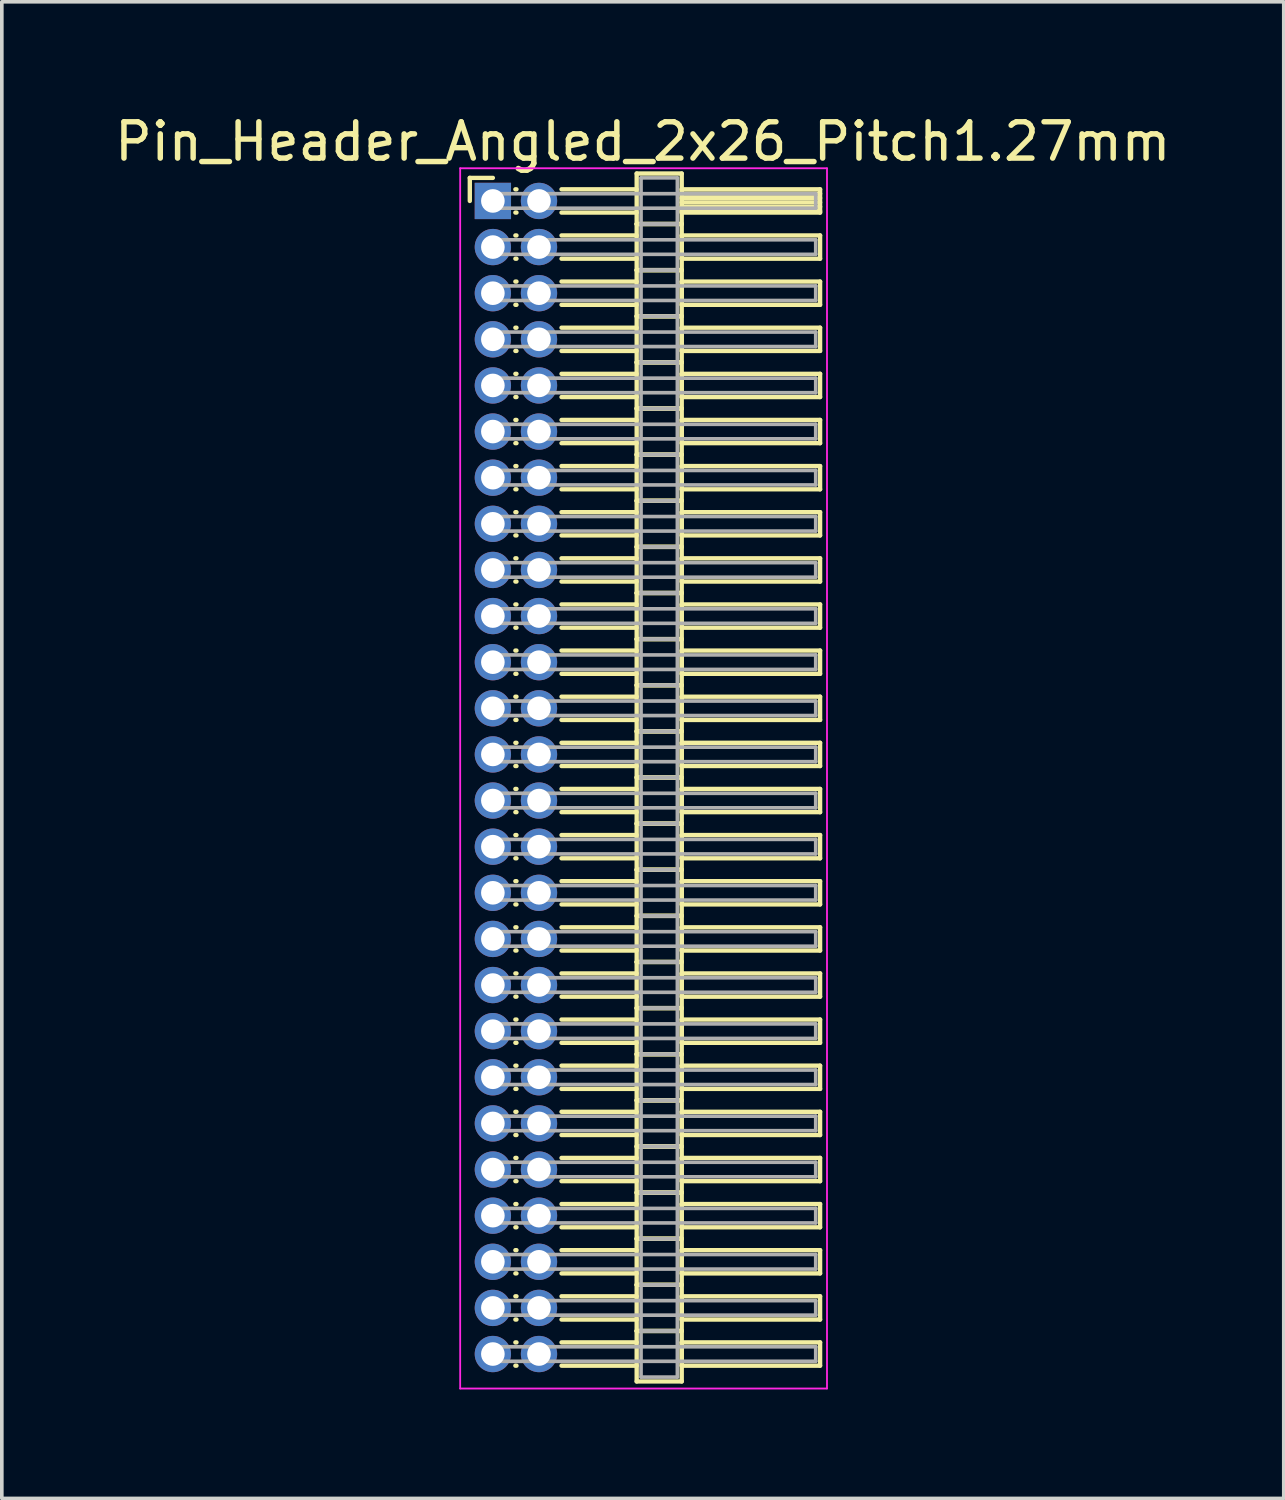
<source format=kicad_pcb>
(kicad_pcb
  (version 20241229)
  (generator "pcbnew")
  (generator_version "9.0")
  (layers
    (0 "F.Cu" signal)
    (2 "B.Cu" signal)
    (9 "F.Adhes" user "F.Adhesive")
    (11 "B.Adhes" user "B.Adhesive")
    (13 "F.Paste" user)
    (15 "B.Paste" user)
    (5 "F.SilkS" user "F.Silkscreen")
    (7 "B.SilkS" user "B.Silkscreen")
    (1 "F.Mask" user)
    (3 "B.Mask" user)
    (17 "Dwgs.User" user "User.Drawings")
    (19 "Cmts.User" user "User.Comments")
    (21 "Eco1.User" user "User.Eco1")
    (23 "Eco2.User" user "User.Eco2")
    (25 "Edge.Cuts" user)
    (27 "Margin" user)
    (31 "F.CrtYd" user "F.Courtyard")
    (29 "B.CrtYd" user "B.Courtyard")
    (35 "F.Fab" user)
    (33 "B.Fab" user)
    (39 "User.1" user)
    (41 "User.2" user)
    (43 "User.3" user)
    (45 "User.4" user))
  (footprint "Pin_Header_Angled_2x26_Pitch1.27mm"
    (layer "F.Cu")
    (at 10.521 2.483)
    (property "Reference" "Pin_Header_Angled_2x26_Pitch1.27mm" (at 4.128 -1.635 0) (layer "F.SilkS") (effects (font (size 1 1) (thickness 0.15))))
    (attr through_hole)
    (fp_line (start -0.635 -0.635) (end 0 -0.635) (stroke (width 0.12) (type solid)) (layer "F.SilkS"))
    (fp_line (start -0.635 0) (end -0.635 -0.635) (stroke (width 0.12) (type solid)) (layer "F.SilkS"))
    (fp_line (start 0.62 -0.32) (end 0.65 -0.32) (stroke (width 0.12) (type solid)) (layer "F.SilkS"))
    (fp_line (start 0.62 0.32) (end 0.65 0.32) (stroke (width 0.12) (type solid)) (layer "F.SilkS"))
    (fp_line (start 0.62 0.95) (end 0.65 0.95) (stroke (width 0.12) (type solid)) (layer "F.SilkS"))
    (fp_line (start 0.62 1.59) (end 0.65 1.59) (stroke (width 0.12) (type solid)) (layer "F.SilkS"))
    (fp_line (start 0.62 2.22) (end 0.65 2.22) (stroke (width 0.12) (type solid)) (layer "F.SilkS"))
    (fp_line (start 0.62 2.86) (end 0.65 2.86) (stroke (width 0.12) (type solid)) (layer "F.SilkS"))
    (fp_line (start 0.62 3.49) (end 0.65 3.49) (stroke (width 0.12) (type solid)) (layer "F.SilkS"))
    (fp_line (start 0.62 4.13) (end 0.65 4.13) (stroke (width 0.12) (type solid)) (layer "F.SilkS"))
    (fp_line (start 0.62 4.76) (end 0.65 4.76) (stroke (width 0.12) (type solid)) (layer "F.SilkS"))
    (fp_line (start 0.62 5.4) (end 0.65 5.4) (stroke (width 0.12) (type solid)) (layer "F.SilkS"))
    (fp_line (start 0.62 6.03) (end 0.65 6.03) (stroke (width 0.12) (type solid)) (layer "F.SilkS"))
    (fp_line (start 0.62 6.67) (end 0.65 6.67) (stroke (width 0.12) (type solid)) (layer "F.SilkS"))
    (fp_line (start 0.62 7.3) (end 0.65 7.3) (stroke (width 0.12) (type solid)) (layer "F.SilkS"))
    (fp_line (start 0.62 7.94) (end 0.65 7.94) (stroke (width 0.12) (type solid)) (layer "F.SilkS"))
    (fp_line (start 0.62 8.57) (end 0.65 8.57) (stroke (width 0.12) (type solid)) (layer "F.SilkS"))
    (fp_line (start 0.62 9.21) (end 0.65 9.21) (stroke (width 0.12) (type solid)) (layer "F.SilkS"))
    (fp_line (start 0.62 9.84) (end 0.65 9.84) (stroke (width 0.12) (type solid)) (layer "F.SilkS"))
    (fp_line (start 0.62 10.48) (end 0.65 10.48) (stroke (width 0.12) (type solid)) (layer "F.SilkS"))
    (fp_line (start 0.62 11.11) (end 0.65 11.11) (stroke (width 0.12) (type solid)) (layer "F.SilkS"))
    (fp_line (start 0.62 11.75) (end 0.65 11.75) (stroke (width 0.12) (type solid)) (layer "F.SilkS"))
    (fp_line (start 0.62 12.38) (end 0.65 12.38) (stroke (width 0.12) (type solid)) (layer "F.SilkS"))
    (fp_line (start 0.62 13.02) (end 0.65 13.02) (stroke (width 0.12) (type solid)) (layer "F.SilkS"))
    (fp_line (start 0.62 13.65) (end 0.65 13.65) (stroke (width 0.12) (type solid)) (layer "F.SilkS"))
    (fp_line (start 0.62 14.29) (end 0.65 14.29) (stroke (width 0.12) (type solid)) (layer "F.SilkS"))
    (fp_line (start 0.62 14.92) (end 0.65 14.92) (stroke (width 0.12) (type solid)) (layer "F.SilkS"))
    (fp_line (start 0.62 15.56) (end 0.65 15.56) (stroke (width 0.12) (type solid)) (layer "F.SilkS"))
    (fp_line (start 0.62 16.19) (end 0.65 16.19) (stroke (width 0.12) (type solid)) (layer "F.SilkS"))
    (fp_line (start 0.62 16.83) (end 0.65 16.83) (stroke (width 0.12) (type solid)) (layer "F.SilkS"))
    (fp_line (start 0.62 17.46) (end 0.65 17.46) (stroke (width 0.12) (type solid)) (layer "F.SilkS"))
    (fp_line (start 0.62 18.1) (end 0.65 18.1) (stroke (width 0.12) (type solid)) (layer "F.SilkS"))
    (fp_line (start 0.62 18.73) (end 0.65 18.73) (stroke (width 0.12) (type solid)) (layer "F.SilkS"))
    (fp_line (start 0.62 19.37) (end 0.65 19.37) (stroke (width 0.12) (type solid)) (layer "F.SilkS"))
    (fp_line (start 0.62 20) (end 0.65 20) (stroke (width 0.12) (type solid)) (layer "F.SilkS"))
    (fp_line (start 0.62 20.64) (end 0.65 20.64) (stroke (width 0.12) (type solid)) (layer "F.SilkS"))
    (fp_line (start 0.62 21.27) (end 0.65 21.27) (stroke (width 0.12) (type solid)) (layer "F.SilkS"))
    (fp_line (start 0.62 21.91) (end 0.65 21.91) (stroke (width 0.12) (type solid)) (layer "F.SilkS"))
    (fp_line (start 0.62 22.54) (end 0.65 22.54) (stroke (width 0.12) (type solid)) (layer "F.SilkS"))
    (fp_line (start 0.62 23.18) (end 0.65 23.18) (stroke (width 0.12) (type solid)) (layer "F.SilkS"))
    (fp_line (start 0.62 23.81) (end 0.65 23.81) (stroke (width 0.12) (type solid)) (layer "F.SilkS"))
    (fp_line (start 0.62 24.45) (end 0.65 24.45) (stroke (width 0.12) (type solid)) (layer "F.SilkS"))
    (fp_line (start 0.62 25.08) (end 0.65 25.08) (stroke (width 0.12) (type solid)) (layer "F.SilkS"))
    (fp_line (start 0.62 25.72) (end 0.65 25.72) (stroke (width 0.12) (type solid)) (layer "F.SilkS"))
    (fp_line (start 0.62 26.35) (end 0.65 26.35) (stroke (width 0.12) (type solid)) (layer "F.SilkS"))
    (fp_line (start 0.62 26.99) (end 0.65 26.99) (stroke (width 0.12) (type solid)) (layer "F.SilkS"))
    (fp_line (start 0.62 27.62) (end 0.65 27.62) (stroke (width 0.12) (type solid)) (layer "F.SilkS"))
    (fp_line (start 0.62 28.26) (end 0.65 28.26) (stroke (width 0.12) (type solid)) (layer "F.SilkS"))
    (fp_line (start 0.62 28.89) (end 0.65 28.89) (stroke (width 0.12) (type solid)) (layer "F.SilkS"))
    (fp_line (start 0.62 29.53) (end 0.65 29.53) (stroke (width 0.12) (type solid)) (layer "F.SilkS"))
    (fp_line (start 0.62 30.16) (end 0.65 30.16) (stroke (width 0.12) (type solid)) (layer "F.SilkS"))
    (fp_line (start 0.62 30.8) (end 0.65 30.8) (stroke (width 0.12) (type solid)) (layer "F.SilkS"))
    (fp_line (start 0.62 31.43) (end 0.65 31.43) (stroke (width 0.12) (type solid)) (layer "F.SilkS"))
    (fp_line (start 0.62 32.07) (end 0.65 32.07) (stroke (width 0.12) (type solid)) (layer "F.SilkS"))
    (fp_line (start 1.89 -0.32) (end 3.96 -0.32) (stroke (width 0.12) (type solid)) (layer "F.SilkS"))
    (fp_line (start 1.89 0.32) (end 3.96 0.32) (stroke (width 0.12) (type solid)) (layer "F.SilkS"))
    (fp_line (start 1.89 0.95) (end 3.96 0.95) (stroke (width 0.12) (type solid)) (layer "F.SilkS"))
    (fp_line (start 1.89 1.59) (end 3.96 1.59) (stroke (width 0.12) (type solid)) (layer "F.SilkS"))
    (fp_line (start 1.89 2.22) (end 3.96 2.22) (stroke (width 0.12) (type solid)) (layer "F.SilkS"))
    (fp_line (start 1.89 2.86) (end 3.96 2.86) (stroke (width 0.12) (type solid)) (layer "F.SilkS"))
    (fp_line (start 1.89 3.49) (end 3.96 3.49) (stroke (width 0.12) (type solid)) (layer "F.SilkS"))
    (fp_line (start 1.89 4.13) (end 3.96 4.13) (stroke (width 0.12) (type solid)) (layer "F.SilkS"))
    (fp_line (start 1.89 4.76) (end 3.96 4.76) (stroke (width 0.12) (type solid)) (layer "F.SilkS"))
    (fp_line (start 1.89 5.4) (end 3.96 5.4) (stroke (width 0.12) (type solid)) (layer "F.SilkS"))
    (fp_line (start 1.89 6.03) (end 3.96 6.03) (stroke (width 0.12) (type solid)) (layer "F.SilkS"))
    (fp_line (start 1.89 6.67) (end 3.96 6.67) (stroke (width 0.12) (type solid)) (layer "F.SilkS"))
    (fp_line (start 1.89 7.3) (end 3.96 7.3) (stroke (width 0.12) (type solid)) (layer "F.SilkS"))
    (fp_line (start 1.89 7.94) (end 3.96 7.94) (stroke (width 0.12) (type solid)) (layer "F.SilkS"))
    (fp_line (start 1.89 8.57) (end 3.96 8.57) (stroke (width 0.12) (type solid)) (layer "F.SilkS"))
    (fp_line (start 1.89 9.21) (end 3.96 9.21) (stroke (width 0.12) (type solid)) (layer "F.SilkS"))
    (fp_line (start 1.89 9.84) (end 3.96 9.84) (stroke (width 0.12) (type solid)) (layer "F.SilkS"))
    (fp_line (start 1.89 10.48) (end 3.96 10.48) (stroke (width 0.12) (type solid)) (layer "F.SilkS"))
    (fp_line (start 1.89 11.11) (end 3.96 11.11) (stroke (width 0.12) (type solid)) (layer "F.SilkS"))
    (fp_line (start 1.89 11.75) (end 3.96 11.75) (stroke (width 0.12) (type solid)) (layer "F.SilkS"))
    (fp_line (start 1.89 12.38) (end 3.96 12.38) (stroke (width 0.12) (type solid)) (layer "F.SilkS"))
    (fp_line (start 1.89 13.02) (end 3.96 13.02) (stroke (width 0.12) (type solid)) (layer "F.SilkS"))
    (fp_line (start 1.89 13.65) (end 3.96 13.65) (stroke (width 0.12) (type solid)) (layer "F.SilkS"))
    (fp_line (start 1.89 14.29) (end 3.96 14.29) (stroke (width 0.12) (type solid)) (layer "F.SilkS"))
    (fp_line (start 1.89 14.92) (end 3.96 14.92) (stroke (width 0.12) (type solid)) (layer "F.SilkS"))
    (fp_line (start 1.89 15.56) (end 3.96 15.56) (stroke (width 0.12) (type solid)) (layer "F.SilkS"))
    (fp_line (start 1.89 16.19) (end 3.96 16.19) (stroke (width 0.12) (type solid)) (layer "F.SilkS"))
    (fp_line (start 1.89 16.83) (end 3.96 16.83) (stroke (width 0.12) (type solid)) (layer "F.SilkS"))
    (fp_line (start 1.89 17.46) (end 3.96 17.46) (stroke (width 0.12) (type solid)) (layer "F.SilkS"))
    (fp_line (start 1.89 18.1) (end 3.96 18.1) (stroke (width 0.12) (type solid)) (layer "F.SilkS"))
    (fp_line (start 1.89 18.73) (end 3.96 18.73) (stroke (width 0.12) (type solid)) (layer "F.SilkS"))
    (fp_line (start 1.89 19.37) (end 3.96 19.37) (stroke (width 0.12) (type solid)) (layer "F.SilkS"))
    (fp_line (start 1.89 20) (end 3.96 20) (stroke (width 0.12) (type solid)) (layer "F.SilkS"))
    (fp_line (start 1.89 20.64) (end 3.96 20.64) (stroke (width 0.12) (type solid)) (layer "F.SilkS"))
    (fp_line (start 1.89 21.27) (end 3.96 21.27) (stroke (width 0.12) (type solid)) (layer "F.SilkS"))
    (fp_line (start 1.89 21.91) (end 3.96 21.91) (stroke (width 0.12) (type solid)) (layer "F.SilkS"))
    (fp_line (start 1.89 22.54) (end 3.96 22.54) (stroke (width 0.12) (type solid)) (layer "F.SilkS"))
    (fp_line (start 1.89 23.18) (end 3.96 23.18) (stroke (width 0.12) (type solid)) (layer "F.SilkS"))
    (fp_line (start 1.89 23.81) (end 3.96 23.81) (stroke (width 0.12) (type solid)) (layer "F.SilkS"))
    (fp_line (start 1.89 24.45) (end 3.96 24.45) (stroke (width 0.12) (type solid)) (layer "F.SilkS"))
    (fp_line (start 1.89 25.08) (end 3.96 25.08) (stroke (width 0.12) (type solid)) (layer "F.SilkS"))
    (fp_line (start 1.89 25.72) (end 3.96 25.72) (stroke (width 0.12) (type solid)) (layer "F.SilkS"))
    (fp_line (start 1.89 26.35) (end 3.96 26.35) (stroke (width 0.12) (type solid)) (layer "F.SilkS"))
    (fp_line (start 1.89 26.99) (end 3.96 26.99) (stroke (width 0.12) (type solid)) (layer "F.SilkS"))
    (fp_line (start 1.89 27.62) (end 3.96 27.62) (stroke (width 0.12) (type solid)) (layer "F.SilkS"))
    (fp_line (start 1.89 28.26) (end 3.96 28.26) (stroke (width 0.12) (type solid)) (layer "F.SilkS"))
    (fp_line (start 1.89 28.89) (end 3.96 28.89) (stroke (width 0.12) (type solid)) (layer "F.SilkS"))
    (fp_line (start 1.89 29.53) (end 3.96 29.53) (stroke (width 0.12) (type solid)) (layer "F.SilkS"))
    (fp_line (start 1.89 30.16) (end 3.96 30.16) (stroke (width 0.12) (type solid)) (layer "F.SilkS"))
    (fp_line (start 1.89 30.8) (end 3.96 30.8) (stroke (width 0.12) (type solid)) (layer "F.SilkS"))
    (fp_line (start 1.89 31.43) (end 3.96 31.43) (stroke (width 0.12) (type solid)) (layer "F.SilkS"))
    (fp_line (start 1.89 32.07) (end 3.96 32.07) (stroke (width 0.12) (type solid)) (layer "F.SilkS"))
    (fp_line (start 3.96 -0.755) (end 3.96 0.635) (stroke (width 0.12) (type solid)) (layer "F.SilkS"))
    (fp_line (start 3.96 0.635) (end 3.96 1.905) (stroke (width 0.12) (type solid)) (layer "F.SilkS"))
    (fp_line (start 3.96 0.635) (end 5.2 0.635) (stroke (width 0.12) (type solid)) (layer "F.SilkS"))
    (fp_line (start 3.96 1.905) (end 3.96 3.175) (stroke (width 0.12) (type solid)) (layer "F.SilkS"))
    (fp_line (start 3.96 1.905) (end 5.2 1.905) (stroke (width 0.12) (type solid)) (layer "F.SilkS"))
    (fp_line (start 3.96 3.175) (end 3.96 4.445) (stroke (width 0.12) (type solid)) (layer "F.SilkS"))
    (fp_line (start 3.96 3.175) (end 5.2 3.175) (stroke (width 0.12) (type solid)) (layer "F.SilkS"))
    (fp_line (start 3.96 4.445) (end 3.96 5.715) (stroke (width 0.12) (type solid)) (layer "F.SilkS"))
    (fp_line (start 3.96 4.445) (end 5.2 4.445) (stroke (width 0.12) (type solid)) (layer "F.SilkS"))
    (fp_line (start 3.96 5.715) (end 3.96 6.985) (stroke (width 0.12) (type solid)) (layer "F.SilkS"))
    (fp_line (start 3.96 5.715) (end 5.2 5.715) (stroke (width 0.12) (type solid)) (layer "F.SilkS"))
    (fp_line (start 3.96 6.985) (end 3.96 8.255) (stroke (width 0.12) (type solid)) (layer "F.SilkS"))
    (fp_line (start 3.96 6.985) (end 5.2 6.985) (stroke (width 0.12) (type solid)) (layer "F.SilkS"))
    (fp_line (start 3.96 8.255) (end 3.96 9.525) (stroke (width 0.12) (type solid)) (layer "F.SilkS"))
    (fp_line (start 3.96 8.255) (end 5.2 8.255) (stroke (width 0.12) (type solid)) (layer "F.SilkS"))
    (fp_line (start 3.96 9.525) (end 3.96 10.795) (stroke (width 0.12) (type solid)) (layer "F.SilkS"))
    (fp_line (start 3.96 9.525) (end 5.2 9.525) (stroke (width 0.12) (type solid)) (layer "F.SilkS"))
    (fp_line (start 3.96 10.795) (end 3.96 12.065) (stroke (width 0.12) (type solid)) (layer "F.SilkS"))
    (fp_line (start 3.96 10.795) (end 5.2 10.795) (stroke (width 0.12) (type solid)) (layer "F.SilkS"))
    (fp_line (start 3.96 12.065) (end 3.96 13.335) (stroke (width 0.12) (type solid)) (layer "F.SilkS"))
    (fp_line (start 3.96 12.065) (end 5.2 12.065) (stroke (width 0.12) (type solid)) (layer "F.SilkS"))
    (fp_line (start 3.96 13.335) (end 3.96 14.605) (stroke (width 0.12) (type solid)) (layer "F.SilkS"))
    (fp_line (start 3.96 13.335) (end 5.2 13.335) (stroke (width 0.12) (type solid)) (layer "F.SilkS"))
    (fp_line (start 3.96 14.605) (end 3.96 15.875) (stroke (width 0.12) (type solid)) (layer "F.SilkS"))
    (fp_line (start 3.96 14.605) (end 5.2 14.605) (stroke (width 0.12) (type solid)) (layer "F.SilkS"))
    (fp_line (start 3.96 15.875) (end 3.96 17.145) (stroke (width 0.12) (type solid)) (layer "F.SilkS"))
    (fp_line (start 3.96 15.875) (end 5.2 15.875) (stroke (width 0.12) (type solid)) (layer "F.SilkS"))
    (fp_line (start 3.96 17.145) (end 3.96 18.415) (stroke (width 0.12) (type solid)) (layer "F.SilkS"))
    (fp_line (start 3.96 17.145) (end 5.2 17.145) (stroke (width 0.12) (type solid)) (layer "F.SilkS"))
    (fp_line (start 3.96 18.415) (end 3.96 19.685) (stroke (width 0.12) (type solid)) (layer "F.SilkS"))
    (fp_line (start 3.96 18.415) (end 5.2 18.415) (stroke (width 0.12) (type solid)) (layer "F.SilkS"))
    (fp_line (start 3.96 19.685) (end 3.96 20.955) (stroke (width 0.12) (type solid)) (layer "F.SilkS"))
    (fp_line (start 3.96 19.685) (end 5.2 19.685) (stroke (width 0.12) (type solid)) (layer "F.SilkS"))
    (fp_line (start 3.96 20.955) (end 3.96 22.225) (stroke (width 0.12) (type solid)) (layer "F.SilkS"))
    (fp_line (start 3.96 20.955) (end 5.2 20.955) (stroke (width 0.12) (type solid)) (layer "F.SilkS"))
    (fp_line (start 3.96 22.225) (end 3.96 23.495) (stroke (width 0.12) (type solid)) (layer "F.SilkS"))
    (fp_line (start 3.96 22.225) (end 5.2 22.225) (stroke (width 0.12) (type solid)) (layer "F.SilkS"))
    (fp_line (start 3.96 23.495) (end 3.96 24.765) (stroke (width 0.12) (type solid)) (layer "F.SilkS"))
    (fp_line (start 3.96 23.495) (end 5.2 23.495) (stroke (width 0.12) (type solid)) (layer "F.SilkS"))
    (fp_line (start 3.96 24.765) (end 3.96 26.035) (stroke (width 0.12) (type solid)) (layer "F.SilkS"))
    (fp_line (start 3.96 24.765) (end 5.2 24.765) (stroke (width 0.12) (type solid)) (layer "F.SilkS"))
    (fp_line (start 3.96 26.035) (end 3.96 27.305) (stroke (width 0.12) (type solid)) (layer "F.SilkS"))
    (fp_line (start 3.96 26.035) (end 5.2 26.035) (stroke (width 0.12) (type solid)) (layer "F.SilkS"))
    (fp_line (start 3.96 27.305) (end 3.96 28.575) (stroke (width 0.12) (type solid)) (layer "F.SilkS"))
    (fp_line (start 3.96 27.305) (end 5.2 27.305) (stroke (width 0.12) (type solid)) (layer "F.SilkS"))
    (fp_line (start 3.96 28.575) (end 3.96 29.845) (stroke (width 0.12) (type solid)) (layer "F.SilkS"))
    (fp_line (start 3.96 28.575) (end 5.2 28.575) (stroke (width 0.12) (type solid)) (layer "F.SilkS"))
    (fp_line (start 3.96 29.845) (end 3.96 31.115) (stroke (width 0.12) (type solid)) (layer "F.SilkS"))
    (fp_line (start 3.96 29.845) (end 5.2 29.845) (stroke (width 0.12) (type solid)) (layer "F.SilkS"))
    (fp_line (start 3.96 31.115) (end 3.96 32.505) (stroke (width 0.12) (type solid)) (layer "F.SilkS"))
    (fp_line (start 3.96 31.115) (end 5.2 31.115) (stroke (width 0.12) (type solid)) (layer "F.SilkS"))
    (fp_line (start 3.96 32.505) (end 5.2 32.505) (stroke (width 0.12) (type solid)) (layer "F.SilkS"))
    (fp_line (start 5.2 -0.755) (end 3.96 -0.755) (stroke (width 0.12) (type solid)) (layer "F.SilkS"))
    (fp_line (start 5.2 -0.32) (end 5.2 0.32) (stroke (width 0.12) (type solid)) (layer "F.SilkS"))
    (fp_line (start 5.2 -0.2) (end 9.01 -0.2) (stroke (width 0.12) (type solid)) (layer "F.SilkS"))
    (fp_line (start 5.2 -0.08) (end 9.01 -0.08) (stroke (width 0.12) (type solid)) (layer "F.SilkS"))
    (fp_line (start 5.2 0.04) (end 9.01 0.04) (stroke (width 0.12) (type solid)) (layer "F.SilkS"))
    (fp_line (start 5.2 0.16) (end 9.01 0.16) (stroke (width 0.12) (type solid)) (layer "F.SilkS"))
    (fp_line (start 5.2 0.28) (end 9.01 0.28) (stroke (width 0.12) (type solid)) (layer "F.SilkS"))
    (fp_line (start 5.2 0.32) (end 9.01 0.32) (stroke (width 0.12) (type solid)) (layer "F.SilkS"))
    (fp_line (start 5.2 0.635) (end 3.96 0.635) (stroke (width 0.12) (type solid)) (layer "F.SilkS"))
    (fp_line (start 5.2 0.635) (end 5.2 -0.755) (stroke (width 0.12) (type solid)) (layer "F.SilkS"))
    (fp_line (start 5.2 0.95) (end 5.2 1.59) (stroke (width 0.12) (type solid)) (layer "F.SilkS"))
    (fp_line (start 5.2 1.59) (end 9.01 1.59) (stroke (width 0.12) (type solid)) (layer "F.SilkS"))
    (fp_line (start 5.2 1.905) (end 3.96 1.905) (stroke (width 0.12) (type solid)) (layer "F.SilkS"))
    (fp_line (start 5.2 1.905) (end 5.2 0.635) (stroke (width 0.12) (type solid)) (layer "F.SilkS"))
    (fp_line (start 5.2 2.22) (end 5.2 2.86) (stroke (width 0.12) (type solid)) (layer "F.SilkS"))
    (fp_line (start 5.2 2.86) (end 9.01 2.86) (stroke (width 0.12) (type solid)) (layer "F.SilkS"))
    (fp_line (start 5.2 3.175) (end 3.96 3.175) (stroke (width 0.12) (type solid)) (layer "F.SilkS"))
    (fp_line (start 5.2 3.175) (end 5.2 1.905) (stroke (width 0.12) (type solid)) (layer "F.SilkS"))
    (fp_line (start 5.2 3.49) (end 5.2 4.13) (stroke (width 0.12) (type solid)) (layer "F.SilkS"))
    (fp_line (start 5.2 4.13) (end 9.01 4.13) (stroke (width 0.12) (type solid)) (layer "F.SilkS"))
    (fp_line (start 5.2 4.445) (end 3.96 4.445) (stroke (width 0.12) (type solid)) (layer "F.SilkS"))
    (fp_line (start 5.2 4.445) (end 5.2 3.175) (stroke (width 0.12) (type solid)) (layer "F.SilkS"))
    (fp_line (start 5.2 4.76) (end 5.2 5.4) (stroke (width 0.12) (type solid)) (layer "F.SilkS"))
    (fp_line (start 5.2 5.4) (end 9.01 5.4) (stroke (width 0.12) (type solid)) (layer "F.SilkS"))
    (fp_line (start 5.2 5.715) (end 3.96 5.715) (stroke (width 0.12) (type solid)) (layer "F.SilkS"))
    (fp_line (start 5.2 5.715) (end 5.2 4.445) (stroke (width 0.12) (type solid)) (layer "F.SilkS"))
    (fp_line (start 5.2 6.03) (end 5.2 6.67) (stroke (width 0.12) (type solid)) (layer "F.SilkS"))
    (fp_line (start 5.2 6.67) (end 9.01 6.67) (stroke (width 0.12) (type solid)) (layer "F.SilkS"))
    (fp_line (start 5.2 6.985) (end 3.96 6.985) (stroke (width 0.12) (type solid)) (layer "F.SilkS"))
    (fp_line (start 5.2 6.985) (end 5.2 5.715) (stroke (width 0.12) (type solid)) (layer "F.SilkS"))
    (fp_line (start 5.2 7.3) (end 5.2 7.94) (stroke (width 0.12) (type solid)) (layer "F.SilkS"))
    (fp_line (start 5.2 7.94) (end 9.01 7.94) (stroke (width 0.12) (type solid)) (layer "F.SilkS"))
    (fp_line (start 5.2 8.255) (end 3.96 8.255) (stroke (width 0.12) (type solid)) (layer "F.SilkS"))
    (fp_line (start 5.2 8.255) (end 5.2 6.985) (stroke (width 0.12) (type solid)) (layer "F.SilkS"))
    (fp_line (start 5.2 8.57) (end 5.2 9.21) (stroke (width 0.12) (type solid)) (layer "F.SilkS"))
    (fp_line (start 5.2 9.21) (end 9.01 9.21) (stroke (width 0.12) (type solid)) (layer "F.SilkS"))
    (fp_line (start 5.2 9.525) (end 3.96 9.525) (stroke (width 0.12) (type solid)) (layer "F.SilkS"))
    (fp_line (start 5.2 9.525) (end 5.2 8.255) (stroke (width 0.12) (type solid)) (layer "F.SilkS"))
    (fp_line (start 5.2 9.84) (end 5.2 10.48) (stroke (width 0.12) (type solid)) (layer "F.SilkS"))
    (fp_line (start 5.2 10.48) (end 9.01 10.48) (stroke (width 0.12) (type solid)) (layer "F.SilkS"))
    (fp_line (start 5.2 10.795) (end 3.96 10.795) (stroke (width 0.12) (type solid)) (layer "F.SilkS"))
    (fp_line (start 5.2 10.795) (end 5.2 9.525) (stroke (width 0.12) (type solid)) (layer "F.SilkS"))
    (fp_line (start 5.2 11.11) (end 5.2 11.75) (stroke (width 0.12) (type solid)) (layer "F.SilkS"))
    (fp_line (start 5.2 11.75) (end 9.01 11.75) (stroke (width 0.12) (type solid)) (layer "F.SilkS"))
    (fp_line (start 5.2 12.065) (end 3.96 12.065) (stroke (width 0.12) (type solid)) (layer "F.SilkS"))
    (fp_line (start 5.2 12.065) (end 5.2 10.795) (stroke (width 0.12) (type solid)) (layer "F.SilkS"))
    (fp_line (start 5.2 12.38) (end 5.2 13.02) (stroke (width 0.12) (type solid)) (layer "F.SilkS"))
    (fp_line (start 5.2 13.02) (end 9.01 13.02) (stroke (width 0.12) (type solid)) (layer "F.SilkS"))
    (fp_line (start 5.2 13.335) (end 3.96 13.335) (stroke (width 0.12) (type solid)) (layer "F.SilkS"))
    (fp_line (start 5.2 13.335) (end 5.2 12.065) (stroke (width 0.12) (type solid)) (layer "F.SilkS"))
    (fp_line (start 5.2 13.65) (end 5.2 14.29) (stroke (width 0.12) (type solid)) (layer "F.SilkS"))
    (fp_line (start 5.2 14.29) (end 9.01 14.29) (stroke (width 0.12) (type solid)) (layer "F.SilkS"))
    (fp_line (start 5.2 14.605) (end 3.96 14.605) (stroke (width 0.12) (type solid)) (layer "F.SilkS"))
    (fp_line (start 5.2 14.605) (end 5.2 13.335) (stroke (width 0.12) (type solid)) (layer "F.SilkS"))
    (fp_line (start 5.2 14.92) (end 5.2 15.56) (stroke (width 0.12) (type solid)) (layer "F.SilkS"))
    (fp_line (start 5.2 15.56) (end 9.01 15.56) (stroke (width 0.12) (type solid)) (layer "F.SilkS"))
    (fp_line (start 5.2 15.875) (end 3.96 15.875) (stroke (width 0.12) (type solid)) (layer "F.SilkS"))
    (fp_line (start 5.2 15.875) (end 5.2 14.605) (stroke (width 0.12) (type solid)) (layer "F.SilkS"))
    (fp_line (start 5.2 16.19) (end 5.2 16.83) (stroke (width 0.12) (type solid)) (layer "F.SilkS"))
    (fp_line (start 5.2 16.83) (end 9.01 16.83) (stroke (width 0.12) (type solid)) (layer "F.SilkS"))
    (fp_line (start 5.2 17.145) (end 3.96 17.145) (stroke (width 0.12) (type solid)) (layer "F.SilkS"))
    (fp_line (start 5.2 17.145) (end 5.2 15.875) (stroke (width 0.12) (type solid)) (layer "F.SilkS"))
    (fp_line (start 5.2 17.46) (end 5.2 18.1) (stroke (width 0.12) (type solid)) (layer "F.SilkS"))
    (fp_line (start 5.2 18.1) (end 9.01 18.1) (stroke (width 0.12) (type solid)) (layer "F.SilkS"))
    (fp_line (start 5.2 18.415) (end 3.96 18.415) (stroke (width 0.12) (type solid)) (layer "F.SilkS"))
    (fp_line (start 5.2 18.415) (end 5.2 17.145) (stroke (width 0.12) (type solid)) (layer "F.SilkS"))
    (fp_line (start 5.2 18.73) (end 5.2 19.37) (stroke (width 0.12) (type solid)) (layer "F.SilkS"))
    (fp_line (start 5.2 19.37) (end 9.01 19.37) (stroke (width 0.12) (type solid)) (layer "F.SilkS"))
    (fp_line (start 5.2 19.685) (end 3.96 19.685) (stroke (width 0.12) (type solid)) (layer "F.SilkS"))
    (fp_line (start 5.2 19.685) (end 5.2 18.415) (stroke (width 0.12) (type solid)) (layer "F.SilkS"))
    (fp_line (start 5.2 20) (end 5.2 20.64) (stroke (width 0.12) (type solid)) (layer "F.SilkS"))
    (fp_line (start 5.2 20.64) (end 9.01 20.64) (stroke (width 0.12) (type solid)) (layer "F.SilkS"))
    (fp_line (start 5.2 20.955) (end 3.96 20.955) (stroke (width 0.12) (type solid)) (layer "F.SilkS"))
    (fp_line (start 5.2 20.955) (end 5.2 19.685) (stroke (width 0.12) (type solid)) (layer "F.SilkS"))
    (fp_line (start 5.2 21.27) (end 5.2 21.91) (stroke (width 0.12) (type solid)) (layer "F.SilkS"))
    (fp_line (start 5.2 21.91) (end 9.01 21.91) (stroke (width 0.12) (type solid)) (layer "F.SilkS"))
    (fp_line (start 5.2 22.225) (end 3.96 22.225) (stroke (width 0.12) (type solid)) (layer "F.SilkS"))
    (fp_line (start 5.2 22.225) (end 5.2 20.955) (stroke (width 0.12) (type solid)) (layer "F.SilkS"))
    (fp_line (start 5.2 22.54) (end 5.2 23.18) (stroke (width 0.12) (type solid)) (layer "F.SilkS"))
    (fp_line (start 5.2 23.18) (end 9.01 23.18) (stroke (width 0.12) (type solid)) (layer "F.SilkS"))
    (fp_line (start 5.2 23.495) (end 3.96 23.495) (stroke (width 0.12) (type solid)) (layer "F.SilkS"))
    (fp_line (start 5.2 23.495) (end 5.2 22.225) (stroke (width 0.12) (type solid)) (layer "F.SilkS"))
    (fp_line (start 5.2 23.81) (end 5.2 24.45) (stroke (width 0.12) (type solid)) (layer "F.SilkS"))
    (fp_line (start 5.2 24.45) (end 9.01 24.45) (stroke (width 0.12) (type solid)) (layer "F.SilkS"))
    (fp_line (start 5.2 24.765) (end 3.96 24.765) (stroke (width 0.12) (type solid)) (layer "F.SilkS"))
    (fp_line (start 5.2 24.765) (end 5.2 23.495) (stroke (width 0.12) (type solid)) (layer "F.SilkS"))
    (fp_line (start 5.2 25.08) (end 5.2 25.72) (stroke (width 0.12) (type solid)) (layer "F.SilkS"))
    (fp_line (start 5.2 25.72) (end 9.01 25.72) (stroke (width 0.12) (type solid)) (layer "F.SilkS"))
    (fp_line (start 5.2 26.035) (end 3.96 26.035) (stroke (width 0.12) (type solid)) (layer "F.SilkS"))
    (fp_line (start 5.2 26.035) (end 5.2 24.765) (stroke (width 0.12) (type solid)) (layer "F.SilkS"))
    (fp_line (start 5.2 26.35) (end 5.2 26.99) (stroke (width 0.12) (type solid)) (layer "F.SilkS"))
    (fp_line (start 5.2 26.99) (end 9.01 26.99) (stroke (width 0.12) (type solid)) (layer "F.SilkS"))
    (fp_line (start 5.2 27.305) (end 3.96 27.305) (stroke (width 0.12) (type solid)) (layer "F.SilkS"))
    (fp_line (start 5.2 27.305) (end 5.2 26.035) (stroke (width 0.12) (type solid)) (layer "F.SilkS"))
    (fp_line (start 5.2 27.62) (end 5.2 28.26) (stroke (width 0.12) (type solid)) (layer "F.SilkS"))
    (fp_line (start 5.2 28.26) (end 9.01 28.26) (stroke (width 0.12) (type solid)) (layer "F.SilkS"))
    (fp_line (start 5.2 28.575) (end 3.96 28.575) (stroke (width 0.12) (type solid)) (layer "F.SilkS"))
    (fp_line (start 5.2 28.575) (end 5.2 27.305) (stroke (width 0.12) (type solid)) (layer "F.SilkS"))
    (fp_line (start 5.2 28.89) (end 5.2 29.53) (stroke (width 0.12) (type solid)) (layer "F.SilkS"))
    (fp_line (start 5.2 29.53) (end 9.01 29.53) (stroke (width 0.12) (type solid)) (layer "F.SilkS"))
    (fp_line (start 5.2 29.845) (end 3.96 29.845) (stroke (width 0.12) (type solid)) (layer "F.SilkS"))
    (fp_line (start 5.2 29.845) (end 5.2 28.575) (stroke (width 0.12) (type solid)) (layer "F.SilkS"))
    (fp_line (start 5.2 30.16) (end 5.2 30.8) (stroke (width 0.12) (type solid)) (layer "F.SilkS"))
    (fp_line (start 5.2 30.8) (end 9.01 30.8) (stroke (width 0.12) (type solid)) (layer "F.SilkS"))
    (fp_line (start 5.2 31.115) (end 3.96 31.115) (stroke (width 0.12) (type solid)) (layer "F.SilkS"))
    (fp_line (start 5.2 31.115) (end 5.2 29.845) (stroke (width 0.12) (type solid)) (layer "F.SilkS"))
    (fp_line (start 5.2 31.43) (end 5.2 32.07) (stroke (width 0.12) (type solid)) (layer "F.SilkS"))
    (fp_line (start 5.2 32.07) (end 9.01 32.07) (stroke (width 0.12) (type solid)) (layer "F.SilkS"))
    (fp_line (start 5.2 32.505) (end 5.2 31.115) (stroke (width 0.12) (type solid)) (layer "F.SilkS"))
    (fp_line (start 9.01 -0.32) (end 5.2 -0.32) (stroke (width 0.12) (type solid)) (layer "F.SilkS"))
    (fp_line (start 9.01 0.32) (end 9.01 -0.32) (stroke (width 0.12) (type solid)) (layer "F.SilkS"))
    (fp_line (start 9.01 0.95) (end 5.2 0.95) (stroke (width 0.12) (type solid)) (layer "F.SilkS"))
    (fp_line (start 9.01 1.59) (end 9.01 0.95) (stroke (width 0.12) (type solid)) (layer "F.SilkS"))
    (fp_line (start 9.01 2.22) (end 5.2 2.22) (stroke (width 0.12) (type solid)) (layer "F.SilkS"))
    (fp_line (start 9.01 2.86) (end 9.01 2.22) (stroke (width 0.12) (type solid)) (layer "F.SilkS"))
    (fp_line (start 9.01 3.49) (end 5.2 3.49) (stroke (width 0.12) (type solid)) (layer "F.SilkS"))
    (fp_line (start 9.01 4.13) (end 9.01 3.49) (stroke (width 0.12) (type solid)) (layer "F.SilkS"))
    (fp_line (start 9.01 4.76) (end 5.2 4.76) (stroke (width 0.12) (type solid)) (layer "F.SilkS"))
    (fp_line (start 9.01 5.4) (end 9.01 4.76) (stroke (width 0.12) (type solid)) (layer "F.SilkS"))
    (fp_line (start 9.01 6.03) (end 5.2 6.03) (stroke (width 0.12) (type solid)) (layer "F.SilkS"))
    (fp_line (start 9.01 6.67) (end 9.01 6.03) (stroke (width 0.12) (type solid)) (layer "F.SilkS"))
    (fp_line (start 9.01 7.3) (end 5.2 7.3) (stroke (width 0.12) (type solid)) (layer "F.SilkS"))
    (fp_line (start 9.01 7.94) (end 9.01 7.3) (stroke (width 0.12) (type solid)) (layer "F.SilkS"))
    (fp_line (start 9.01 8.57) (end 5.2 8.57) (stroke (width 0.12) (type solid)) (layer "F.SilkS"))
    (fp_line (start 9.01 9.21) (end 9.01 8.57) (stroke (width 0.12) (type solid)) (layer "F.SilkS"))
    (fp_line (start 9.01 9.84) (end 5.2 9.84) (stroke (width 0.12) (type solid)) (layer "F.SilkS"))
    (fp_line (start 9.01 10.48) (end 9.01 9.84) (stroke (width 0.12) (type solid)) (layer "F.SilkS"))
    (fp_line (start 9.01 11.11) (end 5.2 11.11) (stroke (width 0.12) (type solid)) (layer "F.SilkS"))
    (fp_line (start 9.01 11.75) (end 9.01 11.11) (stroke (width 0.12) (type solid)) (layer "F.SilkS"))
    (fp_line (start 9.01 12.38) (end 5.2 12.38) (stroke (width 0.12) (type solid)) (layer "F.SilkS"))
    (fp_line (start 9.01 13.02) (end 9.01 12.38) (stroke (width 0.12) (type solid)) (layer "F.SilkS"))
    (fp_line (start 9.01 13.65) (end 5.2 13.65) (stroke (width 0.12) (type solid)) (layer "F.SilkS"))
    (fp_line (start 9.01 14.29) (end 9.01 13.65) (stroke (width 0.12) (type solid)) (layer "F.SilkS"))
    (fp_line (start 9.01 14.92) (end 5.2 14.92) (stroke (width 0.12) (type solid)) (layer "F.SilkS"))
    (fp_line (start 9.01 15.56) (end 9.01 14.92) (stroke (width 0.12) (type solid)) (layer "F.SilkS"))
    (fp_line (start 9.01 16.19) (end 5.2 16.19) (stroke (width 0.12) (type solid)) (layer "F.SilkS"))
    (fp_line (start 9.01 16.83) (end 9.01 16.19) (stroke (width 0.12) (type solid)) (layer "F.SilkS"))
    (fp_line (start 9.01 17.46) (end 5.2 17.46) (stroke (width 0.12) (type solid)) (layer "F.SilkS"))
    (fp_line (start 9.01 18.1) (end 9.01 17.46) (stroke (width 0.12) (type solid)) (layer "F.SilkS"))
    (fp_line (start 9.01 18.73) (end 5.2 18.73) (stroke (width 0.12) (type solid)) (layer "F.SilkS"))
    (fp_line (start 9.01 19.37) (end 9.01 18.73) (stroke (width 0.12) (type solid)) (layer "F.SilkS"))
    (fp_line (start 9.01 20) (end 5.2 20) (stroke (width 0.12) (type solid)) (layer "F.SilkS"))
    (fp_line (start 9.01 20.64) (end 9.01 20) (stroke (width 0.12) (type solid)) (layer "F.SilkS"))
    (fp_line (start 9.01 21.27) (end 5.2 21.27) (stroke (width 0.12) (type solid)) (layer "F.SilkS"))
    (fp_line (start 9.01 21.91) (end 9.01 21.27) (stroke (width 0.12) (type solid)) (layer "F.SilkS"))
    (fp_line (start 9.01 22.54) (end 5.2 22.54) (stroke (width 0.12) (type solid)) (layer "F.SilkS"))
    (fp_line (start 9.01 23.18) (end 9.01 22.54) (stroke (width 0.12) (type solid)) (layer "F.SilkS"))
    (fp_line (start 9.01 23.81) (end 5.2 23.81) (stroke (width 0.12) (type solid)) (layer "F.SilkS"))
    (fp_line (start 9.01 24.45) (end 9.01 23.81) (stroke (width 0.12) (type solid)) (layer "F.SilkS"))
    (fp_line (start 9.01 25.08) (end 5.2 25.08) (stroke (width 0.12) (type solid)) (layer "F.SilkS"))
    (fp_line (start 9.01 25.72) (end 9.01 25.08) (stroke (width 0.12) (type solid)) (layer "F.SilkS"))
    (fp_line (start 9.01 26.35) (end 5.2 26.35) (stroke (width 0.12) (type solid)) (layer "F.SilkS"))
    (fp_line (start 9.01 26.99) (end 9.01 26.35) (stroke (width 0.12) (type solid)) (layer "F.SilkS"))
    (fp_line (start 9.01 27.62) (end 5.2 27.62) (stroke (width 0.12) (type solid)) (layer "F.SilkS"))
    (fp_line (start 9.01 28.26) (end 9.01 27.62) (stroke (width 0.12) (type solid)) (layer "F.SilkS"))
    (fp_line (start 9.01 28.89) (end 5.2 28.89) (stroke (width 0.12) (type solid)) (layer "F.SilkS"))
    (fp_line (start 9.01 29.53) (end 9.01 28.89) (stroke (width 0.12) (type solid)) (layer "F.SilkS"))
    (fp_line (start 9.01 30.16) (end 5.2 30.16) (stroke (width 0.12) (type solid)) (layer "F.SilkS"))
    (fp_line (start 9.01 30.8) (end 9.01 30.16) (stroke (width 0.12) (type solid)) (layer "F.SilkS"))
    (fp_line (start 9.01 31.43) (end 5.2 31.43) (stroke (width 0.12) (type solid)) (layer "F.SilkS"))
    (fp_line (start 9.01 32.07) (end 9.01 31.43) (stroke (width 0.12) (type solid)) (layer "F.SilkS"))
    (fp_line (start -0.9 -0.9) (end -0.9 32.7) (stroke (width 0.05) (type solid)) (layer "F.CrtYd"))
    (fp_line (start -0.9 32.7) (end 9.2 32.7) (stroke (width 0.05) (type solid)) (layer "F.CrtYd"))
    (fp_line (start 9.2 -0.9) (end -0.9 -0.9) (stroke (width 0.05) (type solid)) (layer "F.CrtYd"))
    (fp_line (start 9.2 32.7) (end 9.2 -0.9) (stroke (width 0.05) (type solid)) (layer "F.CrtYd"))
    (fp_line (start 0 -0.2) (end 0 0.2) (stroke (width 0.1) (type solid)) (layer "F.Fab"))
    (fp_line (start 0 0.2) (end 8.89 0.2) (stroke (width 0.1) (type solid)) (layer "F.Fab"))
    (fp_line (start 0 1.07) (end 0 1.47) (stroke (width 0.1) (type solid)) (layer "F.Fab"))
    (fp_line (start 0 1.47) (end 8.89 1.47) (stroke (width 0.1) (type solid)) (layer "F.Fab"))
    (fp_line (start 0 2.34) (end 0 2.74) (stroke (width 0.1) (type solid)) (layer "F.Fab"))
    (fp_line (start 0 2.74) (end 8.89 2.74) (stroke (width 0.1) (type solid)) (layer "F.Fab"))
    (fp_line (start 0 3.61) (end 0 4.01) (stroke (width 0.1) (type solid)) (layer "F.Fab"))
    (fp_line (start 0 4.01) (end 8.89 4.01) (stroke (width 0.1) (type solid)) (layer "F.Fab"))
    (fp_line (start 0 4.88) (end 0 5.28) (stroke (width 0.1) (type solid)) (layer "F.Fab"))
    (fp_line (start 0 5.28) (end 8.89 5.28) (stroke (width 0.1) (type solid)) (layer "F.Fab"))
    (fp_line (start 0 6.15) (end 0 6.55) (stroke (width 0.1) (type solid)) (layer "F.Fab"))
    (fp_line (start 0 6.55) (end 8.89 6.55) (stroke (width 0.1) (type solid)) (layer "F.Fab"))
    (fp_line (start 0 7.42) (end 0 7.82) (stroke (width 0.1) (type solid)) (layer "F.Fab"))
    (fp_line (start 0 7.82) (end 8.89 7.82) (stroke (width 0.1) (type solid)) (layer "F.Fab"))
    (fp_line (start 0 8.69) (end 0 9.09) (stroke (width 0.1) (type solid)) (layer "F.Fab"))
    (fp_line (start 0 9.09) (end 8.89 9.09) (stroke (width 0.1) (type solid)) (layer "F.Fab"))
    (fp_line (start 0 9.96) (end 0 10.36) (stroke (width 0.1) (type solid)) (layer "F.Fab"))
    (fp_line (start 0 10.36) (end 8.89 10.36) (stroke (width 0.1) (type solid)) (layer "F.Fab"))
    (fp_line (start 0 11.23) (end 0 11.63) (stroke (width 0.1) (type solid)) (layer "F.Fab"))
    (fp_line (start 0 11.63) (end 8.89 11.63) (stroke (width 0.1) (type solid)) (layer "F.Fab"))
    (fp_line (start 0 12.5) (end 0 12.9) (stroke (width 0.1) (type solid)) (layer "F.Fab"))
    (fp_line (start 0 12.9) (end 8.89 12.9) (stroke (width 0.1) (type solid)) (layer "F.Fab"))
    (fp_line (start 0 13.77) (end 0 14.17) (stroke (width 0.1) (type solid)) (layer "F.Fab"))
    (fp_line (start 0 14.17) (end 8.89 14.17) (stroke (width 0.1) (type solid)) (layer "F.Fab"))
    (fp_line (start 0 15.04) (end 0 15.44) (stroke (width 0.1) (type solid)) (layer "F.Fab"))
    (fp_line (start 0 15.44) (end 8.89 15.44) (stroke (width 0.1) (type solid)) (layer "F.Fab"))
    (fp_line (start 0 16.31) (end 0 16.71) (stroke (width 0.1) (type solid)) (layer "F.Fab"))
    (fp_line (start 0 16.71) (end 8.89 16.71) (stroke (width 0.1) (type solid)) (layer "F.Fab"))
    (fp_line (start 0 17.58) (end 0 17.98) (stroke (width 0.1) (type solid)) (layer "F.Fab"))
    (fp_line (start 0 17.98) (end 8.89 17.98) (stroke (width 0.1) (type solid)) (layer "F.Fab"))
    (fp_line (start 0 18.85) (end 0 19.25) (stroke (width 0.1) (type solid)) (layer "F.Fab"))
    (fp_line (start 0 19.25) (end 8.89 19.25) (stroke (width 0.1) (type solid)) (layer "F.Fab"))
    (fp_line (start 0 20.12) (end 0 20.52) (stroke (width 0.1) (type solid)) (layer "F.Fab"))
    (fp_line (start 0 20.52) (end 8.89 20.52) (stroke (width 0.1) (type solid)) (layer "F.Fab"))
    (fp_line (start 0 21.39) (end 0 21.79) (stroke (width 0.1) (type solid)) (layer "F.Fab"))
    (fp_line (start 0 21.79) (end 8.89 21.79) (stroke (width 0.1) (type solid)) (layer "F.Fab"))
    (fp_line (start 0 22.66) (end 0 23.06) (stroke (width 0.1) (type solid)) (layer "F.Fab"))
    (fp_line (start 0 23.06) (end 8.89 23.06) (stroke (width 0.1) (type solid)) (layer "F.Fab"))
    (fp_line (start 0 23.93) (end 0 24.33) (stroke (width 0.1) (type solid)) (layer "F.Fab"))
    (fp_line (start 0 24.33) (end 8.89 24.33) (stroke (width 0.1) (type solid)) (layer "F.Fab"))
    (fp_line (start 0 25.2) (end 0 25.6) (stroke (width 0.1) (type solid)) (layer "F.Fab"))
    (fp_line (start 0 25.6) (end 8.89 25.6) (stroke (width 0.1) (type solid)) (layer "F.Fab"))
    (fp_line (start 0 26.47) (end 0 26.87) (stroke (width 0.1) (type solid)) (layer "F.Fab"))
    (fp_line (start 0 26.87) (end 8.89 26.87) (stroke (width 0.1) (type solid)) (layer "F.Fab"))
    (fp_line (start 0 27.74) (end 0 28.14) (stroke (width 0.1) (type solid)) (layer "F.Fab"))
    (fp_line (start 0 28.14) (end 8.89 28.14) (stroke (width 0.1) (type solid)) (layer "F.Fab"))
    (fp_line (start 0 29.01) (end 0 29.41) (stroke (width 0.1) (type solid)) (layer "F.Fab"))
    (fp_line (start 0 29.41) (end 8.89 29.41) (stroke (width 0.1) (type solid)) (layer "F.Fab"))
    (fp_line (start 0 30.28) (end 0 30.68) (stroke (width 0.1) (type solid)) (layer "F.Fab"))
    (fp_line (start 0 30.68) (end 8.89 30.68) (stroke (width 0.1) (type solid)) (layer "F.Fab"))
    (fp_line (start 0 31.55) (end 0 31.95) (stroke (width 0.1) (type solid)) (layer "F.Fab"))
    (fp_line (start 0 31.95) (end 8.89 31.95) (stroke (width 0.1) (type solid)) (layer "F.Fab"))
    (fp_line (start 4.08 -0.635) (end 4.08 0.635) (stroke (width 0.1) (type solid)) (layer "F.Fab"))
    (fp_line (start 4.08 0.635) (end 4.08 1.905) (stroke (width 0.1) (type solid)) (layer "F.Fab"))
    (fp_line (start 4.08 0.635) (end 5.08 0.635) (stroke (width 0.1) (type solid)) (layer "F.Fab"))
    (fp_line (start 4.08 1.905) (end 4.08 3.175) (stroke (width 0.1) (type solid)) (layer "F.Fab"))
    (fp_line (start 4.08 1.905) (end 5.08 1.905) (stroke (width 0.1) (type solid)) (layer "F.Fab"))
    (fp_line (start 4.08 3.175) (end 4.08 4.445) (stroke (width 0.1) (type solid)) (layer "F.Fab"))
    (fp_line (start 4.08 3.175) (end 5.08 3.175) (stroke (width 0.1) (type solid)) (layer "F.Fab"))
    (fp_line (start 4.08 4.445) (end 4.08 5.715) (stroke (width 0.1) (type solid)) (layer "F.Fab"))
    (fp_line (start 4.08 4.445) (end 5.08 4.445) (stroke (width 0.1) (type solid)) (layer "F.Fab"))
    (fp_line (start 4.08 5.715) (end 4.08 6.985) (stroke (width 0.1) (type solid)) (layer "F.Fab"))
    (fp_line (start 4.08 5.715) (end 5.08 5.715) (stroke (width 0.1) (type solid)) (layer "F.Fab"))
    (fp_line (start 4.08 6.985) (end 4.08 8.255) (stroke (width 0.1) (type solid)) (layer "F.Fab"))
    (fp_line (start 4.08 6.985) (end 5.08 6.985) (stroke (width 0.1) (type solid)) (layer "F.Fab"))
    (fp_line (start 4.08 8.255) (end 4.08 9.525) (stroke (width 0.1) (type solid)) (layer "F.Fab"))
    (fp_line (start 4.08 8.255) (end 5.08 8.255) (stroke (width 0.1) (type solid)) (layer "F.Fab"))
    (fp_line (start 4.08 9.525) (end 4.08 10.795) (stroke (width 0.1) (type solid)) (layer "F.Fab"))
    (fp_line (start 4.08 9.525) (end 5.08 9.525) (stroke (width 0.1) (type solid)) (layer "F.Fab"))
    (fp_line (start 4.08 10.795) (end 4.08 12.065) (stroke (width 0.1) (type solid)) (layer "F.Fab"))
    (fp_line (start 4.08 10.795) (end 5.08 10.795) (stroke (width 0.1) (type solid)) (layer "F.Fab"))
    (fp_line (start 4.08 12.065) (end 4.08 13.335) (stroke (width 0.1) (type solid)) (layer "F.Fab"))
    (fp_line (start 4.08 12.065) (end 5.08 12.065) (stroke (width 0.1) (type solid)) (layer "F.Fab"))
    (fp_line (start 4.08 13.335) (end 4.08 14.605) (stroke (width 0.1) (type solid)) (layer "F.Fab"))
    (fp_line (start 4.08 13.335) (end 5.08 13.335) (stroke (width 0.1) (type solid)) (layer "F.Fab"))
    (fp_line (start 4.08 14.605) (end 4.08 15.875) (stroke (width 0.1) (type solid)) (layer "F.Fab"))
    (fp_line (start 4.08 14.605) (end 5.08 14.605) (stroke (width 0.1) (type solid)) (layer "F.Fab"))
    (fp_line (start 4.08 15.875) (end 4.08 17.145) (stroke (width 0.1) (type solid)) (layer "F.Fab"))
    (fp_line (start 4.08 15.875) (end 5.08 15.875) (stroke (width 0.1) (type solid)) (layer "F.Fab"))
    (fp_line (start 4.08 17.145) (end 4.08 18.415) (stroke (width 0.1) (type solid)) (layer "F.Fab"))
    (fp_line (start 4.08 17.145) (end 5.08 17.145) (stroke (width 0.1) (type solid)) (layer "F.Fab"))
    (fp_line (start 4.08 18.415) (end 4.08 19.685) (stroke (width 0.1) (type solid)) (layer "F.Fab"))
    (fp_line (start 4.08 18.415) (end 5.08 18.415) (stroke (width 0.1) (type solid)) (layer "F.Fab"))
    (fp_line (start 4.08 19.685) (end 4.08 20.955) (stroke (width 0.1) (type solid)) (layer "F.Fab"))
    (fp_line (start 4.08 19.685) (end 5.08 19.685) (stroke (width 0.1) (type solid)) (layer "F.Fab"))
    (fp_line (start 4.08 20.955) (end 4.08 22.225) (stroke (width 0.1) (type solid)) (layer "F.Fab"))
    (fp_line (start 4.08 20.955) (end 5.08 20.955) (stroke (width 0.1) (type solid)) (layer "F.Fab"))
    (fp_line (start 4.08 22.225) (end 4.08 23.495) (stroke (width 0.1) (type solid)) (layer "F.Fab"))
    (fp_line (start 4.08 22.225) (end 5.08 22.225) (stroke (width 0.1) (type solid)) (layer "F.Fab"))
    (fp_line (start 4.08 23.495) (end 4.08 24.765) (stroke (width 0.1) (type solid)) (layer "F.Fab"))
    (fp_line (start 4.08 23.495) (end 5.08 23.495) (stroke (width 0.1) (type solid)) (layer "F.Fab"))
    (fp_line (start 4.08 24.765) (end 4.08 26.035) (stroke (width 0.1) (type solid)) (layer "F.Fab"))
    (fp_line (start 4.08 24.765) (end 5.08 24.765) (stroke (width 0.1) (type solid)) (layer "F.Fab"))
    (fp_line (start 4.08 26.035) (end 4.08 27.305) (stroke (width 0.1) (type solid)) (layer "F.Fab"))
    (fp_line (start 4.08 26.035) (end 5.08 26.035) (stroke (width 0.1) (type solid)) (layer "F.Fab"))
    (fp_line (start 4.08 27.305) (end 4.08 28.575) (stroke (width 0.1) (type solid)) (layer "F.Fab"))
    (fp_line (start 4.08 27.305) (end 5.08 27.305) (stroke (width 0.1) (type solid)) (layer "F.Fab"))
    (fp_line (start 4.08 28.575) (end 4.08 29.845) (stroke (width 0.1) (type solid)) (layer "F.Fab"))
    (fp_line (start 4.08 28.575) (end 5.08 28.575) (stroke (width 0.1) (type solid)) (layer "F.Fab"))
    (fp_line (start 4.08 29.845) (end 4.08 31.115) (stroke (width 0.1) (type solid)) (layer "F.Fab"))
    (fp_line (start 4.08 29.845) (end 5.08 29.845) (stroke (width 0.1) (type solid)) (layer "F.Fab"))
    (fp_line (start 4.08 31.115) (end 4.08 32.385) (stroke (width 0.1) (type solid)) (layer "F.Fab"))
    (fp_line (start 4.08 31.115) (end 5.08 31.115) (stroke (width 0.1) (type solid)) (layer "F.Fab"))
    (fp_line (start 4.08 32.385) (end 5.08 32.385) (stroke (width 0.1) (type solid)) (layer "F.Fab"))
    (fp_line (start 5.08 -0.635) (end 4.08 -0.635) (stroke (width 0.1) (type solid)) (layer "F.Fab"))
    (fp_line (start 5.08 0.635) (end 4.08 0.635) (stroke (width 0.1) (type solid)) (layer "F.Fab"))
    (fp_line (start 5.08 0.635) (end 5.08 -0.635) (stroke (width 0.1) (type solid)) (layer "F.Fab"))
    (fp_line (start 5.08 1.905) (end 4.08 1.905) (stroke (width 0.1) (type solid)) (layer "F.Fab"))
    (fp_line (start 5.08 1.905) (end 5.08 0.635) (stroke (width 0.1) (type solid)) (layer "F.Fab"))
    (fp_line (start 5.08 3.175) (end 4.08 3.175) (stroke (width 0.1) (type solid)) (layer "F.Fab"))
    (fp_line (start 5.08 3.175) (end 5.08 1.905) (stroke (width 0.1) (type solid)) (layer "F.Fab"))
    (fp_line (start 5.08 4.445) (end 4.08 4.445) (stroke (width 0.1) (type solid)) (layer "F.Fab"))
    (fp_line (start 5.08 4.445) (end 5.08 3.175) (stroke (width 0.1) (type solid)) (layer "F.Fab"))
    (fp_line (start 5.08 5.715) (end 4.08 5.715) (stroke (width 0.1) (type solid)) (layer "F.Fab"))
    (fp_line (start 5.08 5.715) (end 5.08 4.445) (stroke (width 0.1) (type solid)) (layer "F.Fab"))
    (fp_line (start 5.08 6.985) (end 4.08 6.985) (stroke (width 0.1) (type solid)) (layer "F.Fab"))
    (fp_line (start 5.08 6.985) (end 5.08 5.715) (stroke (width 0.1) (type solid)) (layer "F.Fab"))
    (fp_line (start 5.08 8.255) (end 4.08 8.255) (stroke (width 0.1) (type solid)) (layer "F.Fab"))
    (fp_line (start 5.08 8.255) (end 5.08 6.985) (stroke (width 0.1) (type solid)) (layer "F.Fab"))
    (fp_line (start 5.08 9.525) (end 4.08 9.525) (stroke (width 0.1) (type solid)) (layer "F.Fab"))
    (fp_line (start 5.08 9.525) (end 5.08 8.255) (stroke (width 0.1) (type solid)) (layer "F.Fab"))
    (fp_line (start 5.08 10.795) (end 4.08 10.795) (stroke (width 0.1) (type solid)) (layer "F.Fab"))
    (fp_line (start 5.08 10.795) (end 5.08 9.525) (stroke (width 0.1) (type solid)) (layer "F.Fab"))
    (fp_line (start 5.08 12.065) (end 4.08 12.065) (stroke (width 0.1) (type solid)) (layer "F.Fab"))
    (fp_line (start 5.08 12.065) (end 5.08 10.795) (stroke (width 0.1) (type solid)) (layer "F.Fab"))
    (fp_line (start 5.08 13.335) (end 4.08 13.335) (stroke (width 0.1) (type solid)) (layer "F.Fab"))
    (fp_line (start 5.08 13.335) (end 5.08 12.065) (stroke (width 0.1) (type solid)) (layer "F.Fab"))
    (fp_line (start 5.08 14.605) (end 4.08 14.605) (stroke (width 0.1) (type solid)) (layer "F.Fab"))
    (fp_line (start 5.08 14.605) (end 5.08 13.335) (stroke (width 0.1) (type solid)) (layer "F.Fab"))
    (fp_line (start 5.08 15.875) (end 4.08 15.875) (stroke (width 0.1) (type solid)) (layer "F.Fab"))
    (fp_line (start 5.08 15.875) (end 5.08 14.605) (stroke (width 0.1) (type solid)) (layer "F.Fab"))
    (fp_line (start 5.08 17.145) (end 4.08 17.145) (stroke (width 0.1) (type solid)) (layer "F.Fab"))
    (fp_line (start 5.08 17.145) (end 5.08 15.875) (stroke (width 0.1) (type solid)) (layer "F.Fab"))
    (fp_line (start 5.08 18.415) (end 4.08 18.415) (stroke (width 0.1) (type solid)) (layer "F.Fab"))
    (fp_line (start 5.08 18.415) (end 5.08 17.145) (stroke (width 0.1) (type solid)) (layer "F.Fab"))
    (fp_line (start 5.08 19.685) (end 4.08 19.685) (stroke (width 0.1) (type solid)) (layer "F.Fab"))
    (fp_line (start 5.08 19.685) (end 5.08 18.415) (stroke (width 0.1) (type solid)) (layer "F.Fab"))
    (fp_line (start 5.08 20.955) (end 4.08 20.955) (stroke (width 0.1) (type solid)) (layer "F.Fab"))
    (fp_line (start 5.08 20.955) (end 5.08 19.685) (stroke (width 0.1) (type solid)) (layer "F.Fab"))
    (fp_line (start 5.08 22.225) (end 4.08 22.225) (stroke (width 0.1) (type solid)) (layer "F.Fab"))
    (fp_line (start 5.08 22.225) (end 5.08 20.955) (stroke (width 0.1) (type solid)) (layer "F.Fab"))
    (fp_line (start 5.08 23.495) (end 4.08 23.495) (stroke (width 0.1) (type solid)) (layer "F.Fab"))
    (fp_line (start 5.08 23.495) (end 5.08 22.225) (stroke (width 0.1) (type solid)) (layer "F.Fab"))
    (fp_line (start 5.08 24.765) (end 4.08 24.765) (stroke (width 0.1) (type solid)) (layer "F.Fab"))
    (fp_line (start 5.08 24.765) (end 5.08 23.495) (stroke (width 0.1) (type solid)) (layer "F.Fab"))
    (fp_line (start 5.08 26.035) (end 4.08 26.035) (stroke (width 0.1) (type solid)) (layer "F.Fab"))
    (fp_line (start 5.08 26.035) (end 5.08 24.765) (stroke (width 0.1) (type solid)) (layer "F.Fab"))
    (fp_line (start 5.08 27.305) (end 4.08 27.305) (stroke (width 0.1) (type solid)) (layer "F.Fab"))
    (fp_line (start 5.08 27.305) (end 5.08 26.035) (stroke (width 0.1) (type solid)) (layer "F.Fab"))
    (fp_line (start 5.08 28.575) (end 4.08 28.575) (stroke (width 0.1) (type solid)) (layer "F.Fab"))
    (fp_line (start 5.08 28.575) (end 5.08 27.305) (stroke (width 0.1) (type solid)) (layer "F.Fab"))
    (fp_line (start 5.08 29.845) (end 4.08 29.845) (stroke (width 0.1) (type solid)) (layer "F.Fab"))
    (fp_line (start 5.08 29.845) (end 5.08 28.575) (stroke (width 0.1) (type solid)) (layer "F.Fab"))
    (fp_line (start 5.08 31.115) (end 4.08 31.115) (stroke (width 0.1) (type solid)) (layer "F.Fab"))
    (fp_line (start 5.08 31.115) (end 5.08 29.845) (stroke (width 0.1) (type solid)) (layer "F.Fab"))
    (fp_line (start 5.08 32.385) (end 5.08 31.115) (stroke (width 0.1) (type solid)) (layer "F.Fab"))
    (fp_line (start 8.89 -0.2) (end 0 -0.2) (stroke (width 0.1) (type solid)) (layer "F.Fab"))
    (fp_line (start 8.89 0.2) (end 8.89 -0.2) (stroke (width 0.1) (type solid)) (layer "F.Fab"))
    (fp_line (start 8.89 1.07) (end 0 1.07) (stroke (width 0.1) (type solid)) (layer "F.Fab"))
    (fp_line (start 8.89 1.47) (end 8.89 1.07) (stroke (width 0.1) (type solid)) (layer "F.Fab"))
    (fp_line (start 8.89 2.34) (end 0 2.34) (stroke (width 0.1) (type solid)) (layer "F.Fab"))
    (fp_line (start 8.89 2.74) (end 8.89 2.34) (stroke (width 0.1) (type solid)) (layer "F.Fab"))
    (fp_line (start 8.89 3.61) (end 0 3.61) (stroke (width 0.1) (type solid)) (layer "F.Fab"))
    (fp_line (start 8.89 4.01) (end 8.89 3.61) (stroke (width 0.1) (type solid)) (layer "F.Fab"))
    (fp_line (start 8.89 4.88) (end 0 4.88) (stroke (width 0.1) (type solid)) (layer "F.Fab"))
    (fp_line (start 8.89 5.28) (end 8.89 4.88) (stroke (width 0.1) (type solid)) (layer "F.Fab"))
    (fp_line (start 8.89 6.15) (end 0 6.15) (stroke (width 0.1) (type solid)) (layer "F.Fab"))
    (fp_line (start 8.89 6.55) (end 8.89 6.15) (stroke (width 0.1) (type solid)) (layer "F.Fab"))
    (fp_line (start 8.89 7.42) (end 0 7.42) (stroke (width 0.1) (type solid)) (layer "F.Fab"))
    (fp_line (start 8.89 7.82) (end 8.89 7.42) (stroke (width 0.1) (type solid)) (layer "F.Fab"))
    (fp_line (start 8.89 8.69) (end 0 8.69) (stroke (width 0.1) (type solid)) (layer "F.Fab"))
    (fp_line (start 8.89 9.09) (end 8.89 8.69) (stroke (width 0.1) (type solid)) (layer "F.Fab"))
    (fp_line (start 8.89 9.96) (end 0 9.96) (stroke (width 0.1) (type solid)) (layer "F.Fab"))
    (fp_line (start 8.89 10.36) (end 8.89 9.96) (stroke (width 0.1) (type solid)) (layer "F.Fab"))
    (fp_line (start 8.89 11.23) (end 0 11.23) (stroke (width 0.1) (type solid)) (layer "F.Fab"))
    (fp_line (start 8.89 11.63) (end 8.89 11.23) (stroke (width 0.1) (type solid)) (layer "F.Fab"))
    (fp_line (start 8.89 12.5) (end 0 12.5) (stroke (width 0.1) (type solid)) (layer "F.Fab"))
    (fp_line (start 8.89 12.9) (end 8.89 12.5) (stroke (width 0.1) (type solid)) (layer "F.Fab"))
    (fp_line (start 8.89 13.77) (end 0 13.77) (stroke (width 0.1) (type solid)) (layer "F.Fab"))
    (fp_line (start 8.89 14.17) (end 8.89 13.77) (stroke (width 0.1) (type solid)) (layer "F.Fab"))
    (fp_line (start 8.89 15.04) (end 0 15.04) (stroke (width 0.1) (type solid)) (layer "F.Fab"))
    (fp_line (start 8.89 15.44) (end 8.89 15.04) (stroke (width 0.1) (type solid)) (layer "F.Fab"))
    (fp_line (start 8.89 16.31) (end 0 16.31) (stroke (width 0.1) (type solid)) (layer "F.Fab"))
    (fp_line (start 8.89 16.71) (end 8.89 16.31) (stroke (width 0.1) (type solid)) (layer "F.Fab"))
    (fp_line (start 8.89 17.58) (end 0 17.58) (stroke (width 0.1) (type solid)) (layer "F.Fab"))
    (fp_line (start 8.89 17.98) (end 8.89 17.58) (stroke (width 0.1) (type solid)) (layer "F.Fab"))
    (fp_line (start 8.89 18.85) (end 0 18.85) (stroke (width 0.1) (type solid)) (layer "F.Fab"))
    (fp_line (start 8.89 19.25) (end 8.89 18.85) (stroke (width 0.1) (type solid)) (layer "F.Fab"))
    (fp_line (start 8.89 20.12) (end 0 20.12) (stroke (width 0.1) (type solid)) (layer "F.Fab"))
    (fp_line (start 8.89 20.52) (end 8.89 20.12) (stroke (width 0.1) (type solid)) (layer "F.Fab"))
    (fp_line (start 8.89 21.39) (end 0 21.39) (stroke (width 0.1) (type solid)) (layer "F.Fab"))
    (fp_line (start 8.89 21.79) (end 8.89 21.39) (stroke (width 0.1) (type solid)) (layer "F.Fab"))
    (fp_line (start 8.89 22.66) (end 0 22.66) (stroke (width 0.1) (type solid)) (layer "F.Fab"))
    (fp_line (start 8.89 23.06) (end 8.89 22.66) (stroke (width 0.1) (type solid)) (layer "F.Fab"))
    (fp_line (start 8.89 23.93) (end 0 23.93) (stroke (width 0.1) (type solid)) (layer "F.Fab"))
    (fp_line (start 8.89 24.33) (end 8.89 23.93) (stroke (width 0.1) (type solid)) (layer "F.Fab"))
    (fp_line (start 8.89 25.2) (end 0 25.2) (stroke (width 0.1) (type solid)) (layer "F.Fab"))
    (fp_line (start 8.89 25.6) (end 8.89 25.2) (stroke (width 0.1) (type solid)) (layer "F.Fab"))
    (fp_line (start 8.89 26.47) (end 0 26.47) (stroke (width 0.1) (type solid)) (layer "F.Fab"))
    (fp_line (start 8.89 26.87) (end 8.89 26.47) (stroke (width 0.1) (type solid)) (layer "F.Fab"))
    (fp_line (start 8.89 27.74) (end 0 27.74) (stroke (width 0.1) (type solid)) (layer "F.Fab"))
    (fp_line (start 8.89 28.14) (end 8.89 27.74) (stroke (width 0.1) (type solid)) (layer "F.Fab"))
    (fp_line (start 8.89 29.01) (end 0 29.01) (stroke (width 0.1) (type solid)) (layer "F.Fab"))
    (fp_line (start 8.89 29.41) (end 8.89 29.01) (stroke (width 0.1) (type solid)) (layer "F.Fab"))
    (fp_line (start 8.89 30.28) (end 0 30.28) (stroke (width 0.1) (type solid)) (layer "F.Fab"))
    (fp_line (start 8.89 30.68) (end 8.89 30.28) (stroke (width 0.1) (type solid)) (layer "F.Fab"))
    (fp_line (start 8.89 31.55) (end 0 31.55) (stroke (width 0.1) (type solid)) (layer "F.Fab"))
    (fp_line (start 8.89 31.95) (end 8.89 31.55) (stroke (width 0.1) (type solid)) (layer "F.Fab"))
    (pad "1" thru_hole rect (at 0 0) (size 1 1) (drill 0.65) (layers "*.Cu" "*.Mask"))
    (pad "2" thru_hole oval (at 1.27 0) (size 1 1) (drill 0.65) (layers "*.Cu" "*.Mask"))
    (pad "3" thru_hole oval (at 0 1.27) (size 1 1) (drill 0.65) (layers "*.Cu" "*.Mask"))
    (pad "4" thru_hole oval (at 1.27 1.27) (size 1 1) (drill 0.65) (layers "*.Cu" "*.Mask"))
    (pad "5" thru_hole oval (at 0 2.54) (size 1 1) (drill 0.65) (layers "*.Cu" "*.Mask"))
    (pad "6" thru_hole oval (at 1.27 2.54) (size 1 1) (drill 0.65) (layers "*.Cu" "*.Mask"))
    (pad "7" thru_hole oval (at 0 3.81) (size 1 1) (drill 0.65) (layers "*.Cu" "*.Mask"))
    (pad "8" thru_hole oval (at 1.27 3.81) (size 1 1) (drill 0.65) (layers "*.Cu" "*.Mask"))
    (pad "9" thru_hole oval (at 0 5.08) (size 1 1) (drill 0.65) (layers "*.Cu" "*.Mask"))
    (pad "10" thru_hole oval (at 1.27 5.08) (size 1 1) (drill 0.65) (layers "*.Cu" "*.Mask"))
    (pad "11" thru_hole oval (at 0 6.35) (size 1 1) (drill 0.65) (layers "*.Cu" "*.Mask"))
    (pad "12" thru_hole oval (at 1.27 6.35) (size 1 1) (drill 0.65) (layers "*.Cu" "*.Mask"))
    (pad "13" thru_hole oval (at 0 7.62) (size 1 1) (drill 0.65) (layers "*.Cu" "*.Mask"))
    (pad "14" thru_hole oval (at 1.27 7.62) (size 1 1) (drill 0.65) (layers "*.Cu" "*.Mask"))
    (pad "15" thru_hole oval (at 0 8.89) (size 1 1) (drill 0.65) (layers "*.Cu" "*.Mask"))
    (pad "16" thru_hole oval (at 1.27 8.89) (size 1 1) (drill 0.65) (layers "*.Cu" "*.Mask"))
    (pad "17" thru_hole oval (at 0 10.16) (size 1 1) (drill 0.65) (layers "*.Cu" "*.Mask"))
    (pad "18" thru_hole oval (at 1.27 10.16) (size 1 1) (drill 0.65) (layers "*.Cu" "*.Mask"))
    (pad "19" thru_hole oval (at 0 11.43) (size 1 1) (drill 0.65) (layers "*.Cu" "*.Mask"))
    (pad "20" thru_hole oval (at 1.27 11.43) (size 1 1) (drill 0.65) (layers "*.Cu" "*.Mask"))
    (pad "21" thru_hole oval (at 0 12.7) (size 1 1) (drill 0.65) (layers "*.Cu" "*.Mask"))
    (pad "22" thru_hole oval (at 1.27 12.7) (size 1 1) (drill 0.65) (layers "*.Cu" "*.Mask"))
    (pad "23" thru_hole oval (at 0 13.97) (size 1 1) (drill 0.65) (layers "*.Cu" "*.Mask"))
    (pad "24" thru_hole oval (at 1.27 13.97) (size 1 1) (drill 0.65) (layers "*.Cu" "*.Mask"))
    (pad "25" thru_hole oval (at 0 15.24) (size 1 1) (drill 0.65) (layers "*.Cu" "*.Mask"))
    (pad "26" thru_hole oval (at 1.27 15.24) (size 1 1) (drill 0.65) (layers "*.Cu" "*.Mask"))
    (pad "27" thru_hole oval (at 0 16.51) (size 1 1) (drill 0.65) (layers "*.Cu" "*.Mask"))
    (pad "28" thru_hole oval (at 1.27 16.51) (size 1 1) (drill 0.65) (layers "*.Cu" "*.Mask"))
    (pad "29" thru_hole oval (at 0 17.78) (size 1 1) (drill 0.65) (layers "*.Cu" "*.Mask"))
    (pad "30" thru_hole oval (at 1.27 17.78) (size 1 1) (drill 0.65) (layers "*.Cu" "*.Mask"))
    (pad "31" thru_hole oval (at 0 19.05) (size 1 1) (drill 0.65) (layers "*.Cu" "*.Mask"))
    (pad "32" thru_hole oval (at 1.27 19.05) (size 1 1) (drill 0.65) (layers "*.Cu" "*.Mask"))
    (pad "33" thru_hole oval (at 0 20.32) (size 1 1) (drill 0.65) (layers "*.Cu" "*.Mask"))
    (pad "34" thru_hole oval (at 1.27 20.32) (size 1 1) (drill 0.65) (layers "*.Cu" "*.Mask"))
    (pad "35" thru_hole oval (at 0 21.59) (size 1 1) (drill 0.65) (layers "*.Cu" "*.Mask"))
    (pad "36" thru_hole oval (at 1.27 21.59) (size 1 1) (drill 0.65) (layers "*.Cu" "*.Mask"))
    (pad "37" thru_hole oval (at 0 22.86) (size 1 1) (drill 0.65) (layers "*.Cu" "*.Mask"))
    (pad "38" thru_hole oval (at 1.27 22.86) (size 1 1) (drill 0.65) (layers "*.Cu" "*.Mask"))
    (pad "39" thru_hole oval (at 0 24.13) (size 1 1) (drill 0.65) (layers "*.Cu" "*.Mask"))
    (pad "40" thru_hole oval (at 1.27 24.13) (size 1 1) (drill 0.65) (layers "*.Cu" "*.Mask"))
    (pad "41" thru_hole oval (at 0 25.4) (size 1 1) (drill 0.65) (layers "*.Cu" "*.Mask"))
    (pad "42" thru_hole oval (at 1.27 25.4) (size 1 1) (drill 0.65) (layers "*.Cu" "*.Mask"))
    (pad "43" thru_hole oval (at 0 26.67) (size 1 1) (drill 0.65) (layers "*.Cu" "*.Mask"))
    (pad "44" thru_hole oval (at 1.27 26.67) (size 1 1) (drill 0.65) (layers "*.Cu" "*.Mask"))
    (pad "45" thru_hole oval (at 0 27.94) (size 1 1) (drill 0.65) (layers "*.Cu" "*.Mask"))
    (pad "46" thru_hole oval (at 1.27 27.94) (size 1 1) (drill 0.65) (layers "*.Cu" "*.Mask"))
    (pad "47" thru_hole oval (at 0 29.21) (size 1 1) (drill 0.65) (layers "*.Cu" "*.Mask"))
    (pad "48" thru_hole oval (at 1.27 29.21) (size 1 1) (drill 0.65) (layers "*.Cu" "*.Mask"))
    (pad "49" thru_hole oval (at 0 30.48) (size 1 1) (drill 0.65) (layers "*.Cu" "*.Mask"))
    (pad "50" thru_hole oval (at 1.27 30.48) (size 1 1) (drill 0.65) (layers "*.Cu" "*.Mask"))
    (pad "51" thru_hole oval (at 0 31.75) (size 1 1) (drill 0.65) (layers "*.Cu" "*.Mask"))
    (pad "52" thru_hole oval (at 1.27 31.75) (size 1 1) (drill 0.65) (layers "*.Cu" "*.Mask")))
  (gr_rect
    (start -3 -3)
    (end 32.298 38.208)
    (stroke (width 0.1) (type default))
    (fill no)
    (layer "Edge.Cuts")))
</source>
